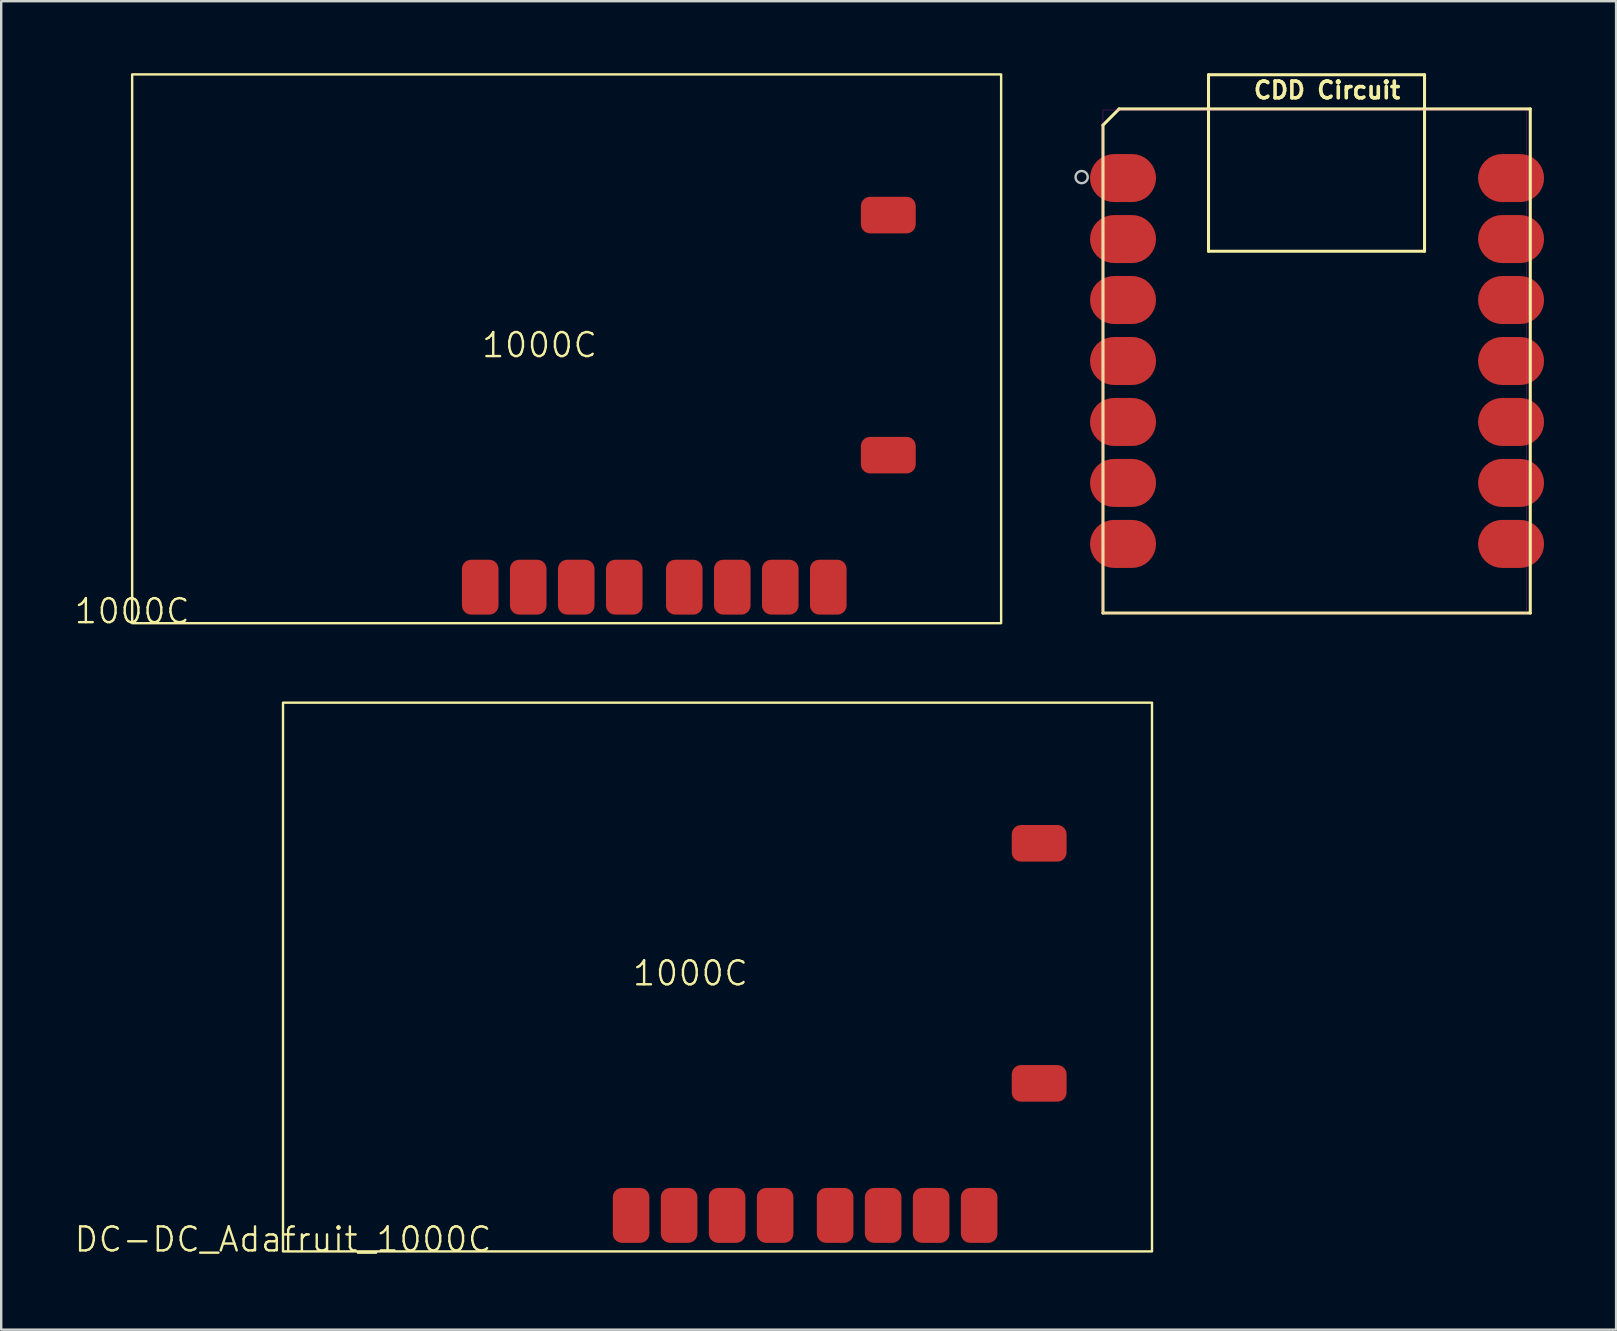
<source format=kicad_pcb>
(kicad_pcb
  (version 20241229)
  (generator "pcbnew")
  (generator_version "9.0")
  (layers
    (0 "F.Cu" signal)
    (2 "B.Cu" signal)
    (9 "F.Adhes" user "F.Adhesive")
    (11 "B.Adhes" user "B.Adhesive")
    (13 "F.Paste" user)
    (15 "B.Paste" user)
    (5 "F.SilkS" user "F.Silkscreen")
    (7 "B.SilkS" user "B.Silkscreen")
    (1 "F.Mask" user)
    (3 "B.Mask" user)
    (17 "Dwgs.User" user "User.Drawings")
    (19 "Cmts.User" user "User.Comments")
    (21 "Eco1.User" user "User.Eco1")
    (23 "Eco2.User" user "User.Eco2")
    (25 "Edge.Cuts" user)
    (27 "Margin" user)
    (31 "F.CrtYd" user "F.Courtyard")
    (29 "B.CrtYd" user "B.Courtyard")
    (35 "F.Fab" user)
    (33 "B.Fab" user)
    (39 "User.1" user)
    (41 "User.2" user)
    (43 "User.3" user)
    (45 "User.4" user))
  (footprint "CDD Circuit"
    (layer "F.Cu")
    (at 42.898 22.488)
    (property "Reference" "CDD Circuit" (at 9.335 -21.78 0) (layer "F.SilkS") (effects (font (size 0.7 0.7) (thickness 0.15))))
    (attr through_hole)
    (fp_line (start 0 -20.328) (end 0 0) (stroke (width 0.127) (type solid)) (layer "F.SilkS"))
    (fp_line (start 0 0) (end 17.8 0) (stroke (width 0.127) (type solid)) (layer "F.SilkS"))
    (fp_line (start 0.672 -21) (end 0 -20.328) (stroke (width 0.127) (type solid)) (layer "F.SilkS"))
    (fp_line (start 4.396 -15.072) (end 4.396 -22.425) (stroke (width 0.127) (type solid)) (layer "F.SilkS"))
    (fp_line (start 4.4 -22.424) (end 13.395 -22.424) (stroke (width 0.127) (type solid)) (layer "F.SilkS"))
    (fp_line (start 13.395 -22.424) (end 13.395 -15.072) (stroke (width 0.127) (type solid)) (layer "F.SilkS"))
    (fp_line (start 13.395 -15.072) (end 4.396 -15.072) (stroke (width 0.127) (type solid)) (layer "F.SilkS"))
    (fp_line (start 17.8 -21) (end 0.672 -21) (stroke (width 0.127) (type solid)) (layer "F.SilkS"))
    (fp_line (start 17.8 0) (end 17.8 -21) (stroke (width 0.127) (type solid)) (layer "F.SilkS"))
    (fp_circle (center -0.889 -18.161) (end -0.635 -18.161) (stroke (width 0.1) (type solid)) (fill no) (layer "Dwgs.User"))
    (fp_poly (pts (xy 0 -20.955) (xy 17.653 -20.955) (xy 17.653 0) (xy 0 0)) (stroke (width 0.01) (type solid)) (fill no) (layer "F.CrtYd"))
    (pad "1" smd roundrect (at 0.835 -18.12) (size 2.75 2) (layers "F.Cu" "F.Mask" "F.Paste") (roundrect_rratio 0.5))
    (pad "2" smd roundrect (at 0.835 -15.58) (size 2.75 2) (layers "F.Cu" "F.Mask" "F.Paste") (roundrect_rratio 0.5))
    (pad "3" smd roundrect (at 0.835 -13.04) (size 2.75 2) (layers "F.Cu" "F.Mask" "F.Paste") (roundrect_rratio 0.5))
    (pad "4" smd roundrect (at 0.835 -10.5) (size 2.75 2) (layers "F.Cu" "F.Mask" "F.Paste") (roundrect_rratio 0.5))
    (pad "5" smd roundrect (at 0.835 -7.96) (size 2.75 2) (layers "F.Cu" "F.Mask" "F.Paste") (roundrect_rratio 0.5))
    (pad "6" smd roundrect (at 0.835 -5.42) (size 2.75 2) (layers "F.Cu" "F.Mask" "F.Paste") (roundrect_rratio 0.5))
    (pad "7" smd roundrect (at 0.835 -2.88) (size 2.75 2) (layers "F.Cu" "F.Mask" "F.Paste") (roundrect_rratio 0.5))
    (pad "8" smd roundrect (at 17 -2.88) (size 2.75 2) (layers "F.Cu" "F.Mask" "F.Paste") (roundrect_rratio 0.5))
    (pad "9" smd roundrect (at 17 -5.42) (size 2.75 2) (layers "F.Cu" "F.Mask" "F.Paste") (roundrect_rratio 0.5))
    (pad "10" smd roundrect (at 17 -7.96) (size 2.75 2) (layers "F.Cu" "F.Mask" "F.Paste") (roundrect_rratio 0.5))
    (pad "11" smd roundrect (at 17 -10.5) (size 2.75 2) (layers "F.Cu" "F.Mask" "F.Paste") (roundrect_rratio 0.5))
    (pad "12" smd roundrect (at 17 -13.04) (size 2.75 2) (layers "F.Cu" "F.Mask" "F.Paste") (roundrect_rratio 0.5))
    (pad "13" smd roundrect (at 17 -15.58) (size 2.75 2) (layers "F.Cu" "F.Mask" "F.Paste") (roundrect_rratio 0.5))
    (pad "14" smd roundrect (at 17 -18.12) (size 2.75 2) (layers "F.Cu" "F.Mask" "F.Paste") (roundrect_rratio 0.5))
    (zone (net_name "") (layer "F.Cu") (hatch full 0.508) (connect_pads) (min_thickness 0.01) (filled_areas_thickness no) (keepout (tracks not_allowed) (vias not_allowed) (pads not_allowed) (copperpour not_allowed) (footprints allowed)) (placement (enabled no)) (fill) (polygon (pts (xy 45.882 9.725) (xy 48.803 9.725) (xy 48.803 11.757) (xy 45.882 11.757))))
    (zone (net_name "") (layer "F.Cu") (hatch full 0.508) (connect_pads) (min_thickness 0.01) (filled_areas_thickness no) (keepout (tracks not_allowed) (vias not_allowed) (pads not_allowed) (copperpour not_allowed) (footprints allowed)) (placement (enabled no)) (fill) (polygon (pts (xy 46.581 1.407) (xy 48.359 1.407) (xy 48.359 4.074) (xy 46.581 4.074))))
    (zone (net_name "") (layer "F.Cu") (hatch full 0.508) (connect_pads) (min_thickness 0.01) (filled_areas_thickness no) (keepout (tracks not_allowed) (vias not_allowed) (pads not_allowed) (copperpour not_allowed) (footprints allowed)) (placement (enabled no)) (fill) (polygon (pts (xy 46.581 5.471) (xy 48.359 5.471) (xy 48.359 8.137) (xy 46.581 8.137))))
    (zone (net_name "") (layer "F.Cu") (hatch full 0.508) (connect_pads) (min_thickness 0.01) (filled_areas_thickness no) (keepout (tracks not_allowed) (vias not_allowed) (pads not_allowed) (copperpour not_allowed) (footprints allowed)) (placement (enabled no)) (fill) (polygon (pts (xy 49.248 2.168) (xy 54.455 2.168) (xy 54.455 9.153) (xy 49.248 9.153))))
    (zone (net_name "") (layer "F.Cu") (hatch full 0.508) (connect_pads) (min_thickness 0.01) (filled_areas_thickness no) (keepout (tracks not_allowed) (vias not_allowed) (pads not_allowed) (copperpour not_allowed) (footprints allowed)) (placement (enabled no)) (fill) (polygon (pts (xy 49.248 19.314) (xy 54.963 19.314) (xy 54.963 21.854) (xy 49.248 21.854))))
    (zone (net_name "") (layer "F.Cu") (hatch full 0.508) (connect_pads) (min_thickness 0.01) (filled_areas_thickness no) (keepout (tracks not_allowed) (vias not_allowed) (pads not_allowed) (copperpour not_allowed) (footprints allowed)) (placement (enabled no)) (fill) (polygon (pts (xy 52.677 11.185) (xy 55.725 11.185) (xy 55.725 14.233) (xy 52.677 14.233))))
    (zone (net_name "") (layer "F.Cu") (hatch full 0.508) (connect_pads) (min_thickness 0.01) (filled_areas_thickness no) (keepout (tracks not_allowed) (vias not_allowed) (pads not_allowed) (copperpour not_allowed) (footprints allowed)) (placement (enabled no)) (fill) (polygon (pts (xy 55.217 1.407) (xy 56.995 1.407) (xy 56.995 4.074) (xy 55.217 4.074))))
    (zone (net_name "") (layer "F.Cu") (hatch full 0.508) (connect_pads) (min_thickness 0.01) (filled_areas_thickness no) (keepout (tracks not_allowed) (vias not_allowed) (pads not_allowed) (copperpour not_allowed) (footprints allowed)) (placement (enabled no)) (fill) (polygon (pts (xy 55.217 5.471) (xy 56.995 5.471) (xy 56.995 8.137) (xy 55.217 8.137)))))
  (footprint "1000C"
    (layer "F.Cu")
    (at 2.455 22.91)
    (property "Reference" "1000C" (at 0 -0.5 0) (unlocked yes) (layer "F.SilkS") (effects (font (size 1 1) (thickness 0.1))))
    (attr smd)
    (fp_rect (start 0 -22.86) (end 36.2 0) (stroke (width 0.1) (type default)) (fill no) (layer "F.SilkS"))
    (fp_text user "1000C" (at 14.5 -11 0) (unlocked yes) (layer "F.SilkS") (effects (font (size 1 1) (thickness 0.1)) (justify left bottom)))
    (pad "+" smd roundrect (at 31.5 -17 180) (size 2.286 1.524) (layers "F.Cu" "F.Mask" "F.Paste") (roundrect_rratio 0.25))
    (pad "-" smd roundrect (at 31.5 -7) (size 2.286 1.524) (layers "F.Cu" "F.Mask" "F.Paste") (roundrect_rratio 0.25))
    (pad "1" smd roundrect (at 14.5 -1.5 90) (size 2.286 1.524) (layers "F.Cu" "F.Mask" "F.Paste") (roundrect_rratio 0.25))
    (pad "2" smd roundrect (at 16.5 -1.5 90) (size 2.286 1.524) (layers "F.Cu" "F.Mask" "F.Paste") (roundrect_rratio 0.25))
    (pad "3" smd roundrect (at 18.5 -1.5 90) (size 2.286 1.524) (layers "F.Cu" "F.Mask" "F.Paste") (roundrect_rratio 0.25))
    (pad "4" smd roundrect (at 20.5 -1.5 90) (size 2.286 1.524) (layers "F.Cu" "F.Mask" "F.Paste") (roundrect_rratio 0.25))
    (pad "5" smd roundrect (at 23 -1.5 90) (size 2.286 1.524) (layers "F.Cu" "F.Mask" "F.Paste") (roundrect_rratio 0.25))
    (pad "6" smd roundrect (at 25 -1.5 90) (size 2.286 1.524) (layers "F.Cu" "F.Mask" "F.Paste") (roundrect_rratio 0.25))
    (pad "7" smd roundrect (at 27 -1.5 90) (size 2.286 1.524) (layers "F.Cu" "F.Mask" "F.Paste") (roundrect_rratio 0.25))
    (pad "8" smd roundrect (at 29 -1.5 90) (size 2.286 1.524) (layers "F.Cu" "F.Mask" "F.Paste") (roundrect_rratio 0.25)))
  (footprint "DC-DC_Adafruit_1000C"
    (layer "F.Cu")
    (at 8.74 49.081)
    (property "Reference" "DC-DC_Adafruit_1000C" (at 0 -0.5 0) (unlocked yes) (layer "F.SilkS") (effects (font (size 1 1) (thickness 0.1))))
    (attr smd)
    (fp_rect (start 0 -22.86) (end 36.2 0) (stroke (width 0.1) (type default)) (fill no) (layer "F.SilkS"))
    (fp_text user "1000C" (at 14.5 -11 0) (unlocked yes) (layer "F.SilkS") (effects (font (size 1 1) (thickness 0.1)) (justify left bottom)))
    (pad "+" smd roundrect (at 31.5 -17 180) (size 2.286 1.524) (layers "F.Cu" "F.Mask" "F.Paste") (roundrect_rratio 0.25))
    (pad "-" smd roundrect (at 31.5 -7) (size 2.286 1.524) (layers "F.Cu" "F.Mask" "F.Paste") (roundrect_rratio 0.25))
    (pad "1" smd roundrect (at 14.5 -1.5 90) (size 2.286 1.524) (layers "F.Cu" "F.Mask" "F.Paste") (roundrect_rratio 0.25))
    (pad "2" smd roundrect (at 16.5 -1.5 90) (size 2.286 1.524) (layers "F.Cu" "F.Mask" "F.Paste") (roundrect_rratio 0.25))
    (pad "3" smd roundrect (at 18.5 -1.5 90) (size 2.286 1.524) (layers "F.Cu" "F.Mask" "F.Paste") (roundrect_rratio 0.25))
    (pad "4" smd roundrect (at 20.5 -1.5 90) (size 2.286 1.524) (layers "F.Cu" "F.Mask" "F.Paste") (roundrect_rratio 0.25))
    (pad "5" smd roundrect (at 23 -1.5 90) (size 2.286 1.524) (layers "F.Cu" "F.Mask" "F.Paste") (roundrect_rratio 0.25))
    (pad "6" smd roundrect (at 25 -1.5 90) (size 2.286 1.524) (layers "F.Cu" "F.Mask" "F.Paste") (roundrect_rratio 0.25))
    (pad "7" smd roundrect (at 27 -1.5 90) (size 2.286 1.524) (layers "F.Cu" "F.Mask" "F.Paste") (roundrect_rratio 0.25))
    (pad "8" smd roundrect (at 29 -1.5 90) (size 2.286 1.524) (layers "F.Cu" "F.Mask" "F.Paste") (roundrect_rratio 0.25)))
  (gr_rect
    (start -3 -3)
    (end 64.273 52.341)
    (stroke (width 0.1) (type default))
    (fill no)
    (layer "Edge.Cuts")))
</source>
